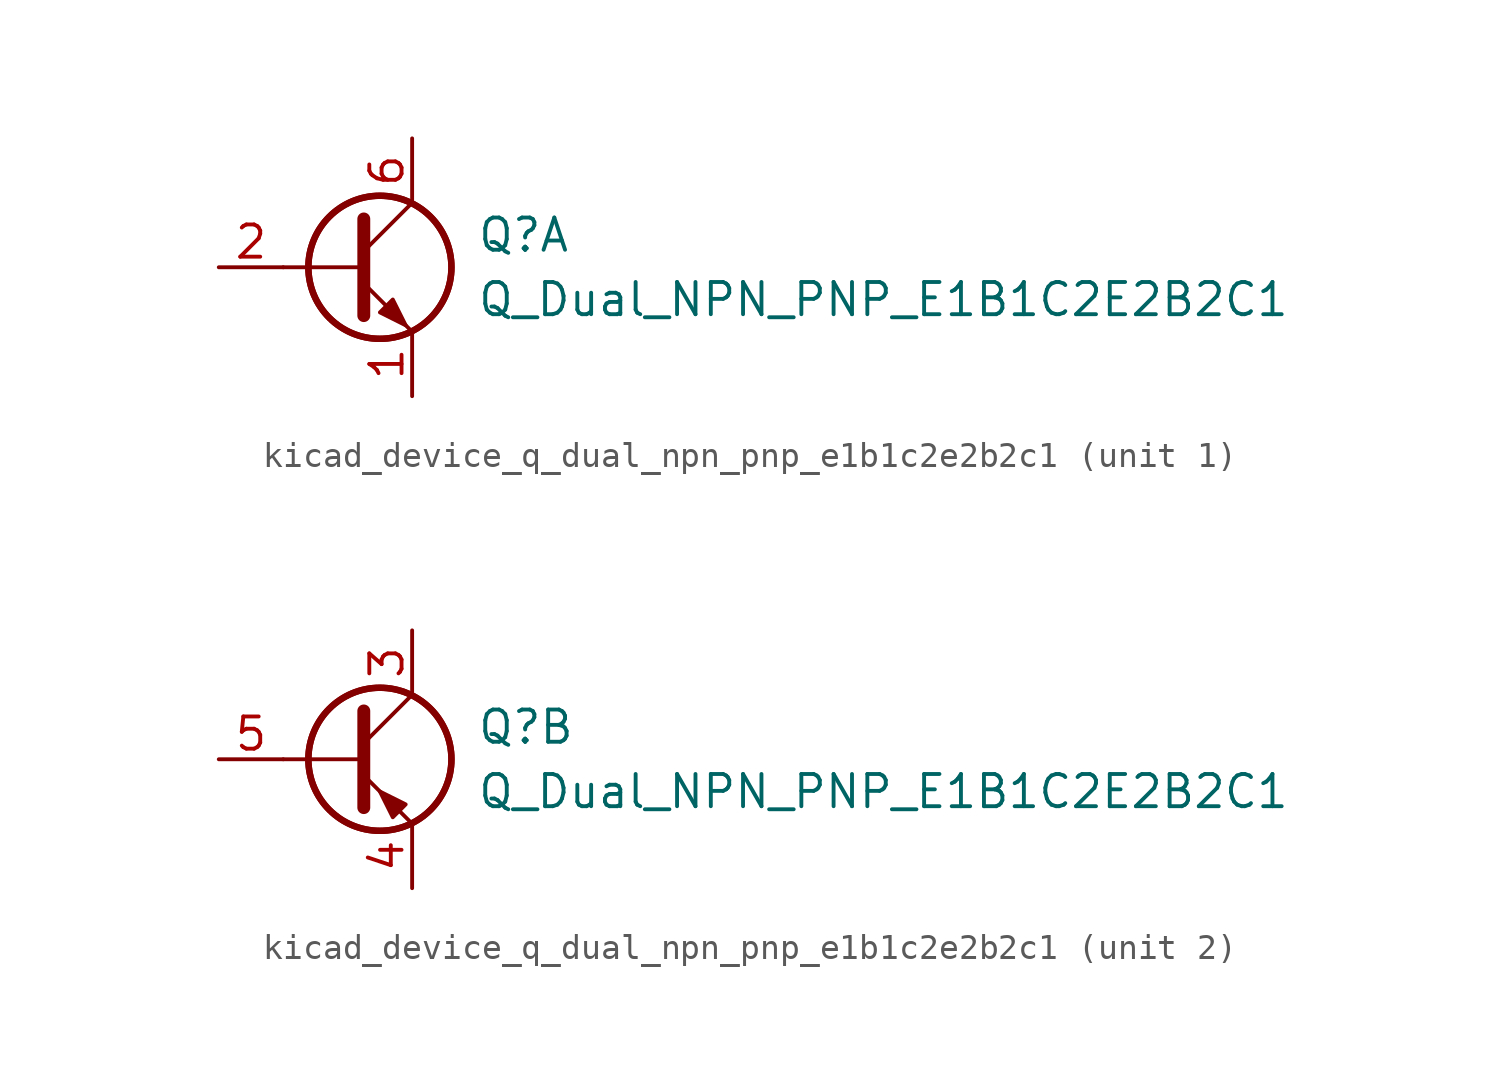
<source format=kicad_sym>
(kicad_symbol_lib
  (version 20220914)
  (generator kicad_symbol_editor)
  (symbol "kicad_device_q_dual_npn_pnp_e1b1c2e2b2c1"
    (pin_names
      (offset 0) hide)
    (property "Reference" "Q"
      (at 5.08 1.27 0)
      (effects (font (size 1.27 1.27)) (justify left)))
    (property "Value" "Q_Dual_NPN_PNP_E1B1C2E2B2C1"
      (at 5.08 -1.27 0)
      (effects (font (size 1.27 1.27)) (justify left)))
    (property "ki_locked" ""
      (at 0 0 0)
      (effects (font (size 1.27 1.27))))
    (symbol "kicad_device_q_dual_npn_pnp_e1b1c2e2b2c1_0_1"
      (polyline (pts (xy 0.635 0) (xy -2.54 0)) (stroke (width 0) (type default)) (fill (type none)))
      (circle (center 1.27 0) (radius 2.819) (stroke (width 0.254) (type default)) (fill (type none)))
      (circle (center 1.27 0) (radius 2.819) (stroke (width 0.254) (type default)) (fill (type none))))
    (symbol "kicad_device_q_dual_npn_pnp_e1b1c2e2b2c1_1_1"
      (polyline (pts (xy 0.635 0.635) (xy 2.54 2.54)) (stroke (width 0) (type default)) (fill (type none)))
      (polyline (pts (xy 0.635 -0.635) (xy 2.54 -2.54) (xy 2.54 -2.54)) (stroke (width 0) (type default)) (fill (type none)))
      (polyline (pts (xy 0.635 1.905) (xy 0.635 -1.905) (xy 0.635 -1.905)) (stroke (width 0.508) (type default)) (fill (type none)))
      (polyline (pts (xy 1.27 -1.778) (xy 1.778 -1.27) (xy 2.286 -2.286) (xy 1.27 -1.778) (xy 1.27 -1.778)) (stroke (width 0) (type default)) (fill (type outline)))
      (pin passive line (at 2.54 -5.08 90) (length 2.54) (name "E1" (effects (font (size 1.27 1.27)))) (number "1" (effects (font (size 1.27 1.27)))))
      (pin input line (at -5.08 0 0) (length 2.54) (name "B1" (effects (font (size 1.27 1.27)))) (number "2" (effects (font (size 1.27 1.27)))))
      (pin passive line (at 2.54 5.08 270) (length 2.54) (name "C1" (effects (font (size 1.27 1.27)))) (number "6" (effects (font (size 1.27 1.27))))))
    (symbol "kicad_device_q_dual_npn_pnp_e1b1c2e2b2c1_2_1"
      (polyline (pts (xy 0.635 0.635) (xy 2.54 2.54)) (stroke (width 0) (type default)) (fill (type none)))
      (polyline (pts (xy 0.635 -0.635) (xy 2.54 -2.54) (xy 2.54 -2.54)) (stroke (width 0) (type default)) (fill (type none)))
      (polyline (pts (xy 0.635 1.905) (xy 0.635 -1.905) (xy 0.635 -1.905)) (stroke (width 0.508) (type default)) (fill (type none)))
      (polyline (pts (xy 2.286 -1.778) (xy 1.778 -2.286) (xy 1.27 -1.27) (xy 2.286 -1.778) (xy 2.286 -1.778)) (stroke (width 0) (type default)) (fill (type outline)))
      (pin passive line (at 2.54 5.08 270) (length 2.54) (name "C2" (effects (font (size 1.27 1.27)))) (number "3" (effects (font (size 1.27 1.27)))))
      (pin passive line (at 2.54 -5.08 90) (length 2.54) (name "E2" (effects (font (size 1.27 1.27)))) (number "4" (effects (font (size 1.27 1.27)))))
      (pin input line (at -5.08 0 0) (length 2.54) (name "B2" (effects (font (size 1.27 1.27)))) (number "5" (effects (font (size 1.27 1.27))))))))
</source>
